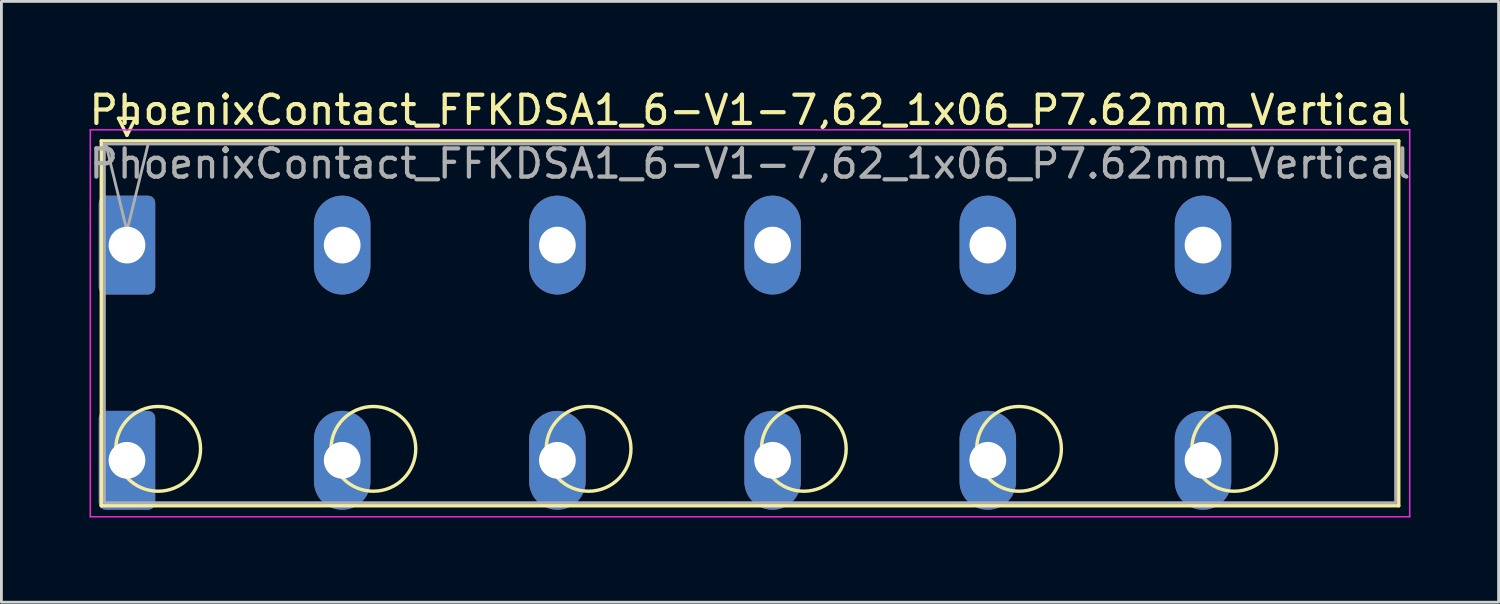
<source format=kicad_pcb>
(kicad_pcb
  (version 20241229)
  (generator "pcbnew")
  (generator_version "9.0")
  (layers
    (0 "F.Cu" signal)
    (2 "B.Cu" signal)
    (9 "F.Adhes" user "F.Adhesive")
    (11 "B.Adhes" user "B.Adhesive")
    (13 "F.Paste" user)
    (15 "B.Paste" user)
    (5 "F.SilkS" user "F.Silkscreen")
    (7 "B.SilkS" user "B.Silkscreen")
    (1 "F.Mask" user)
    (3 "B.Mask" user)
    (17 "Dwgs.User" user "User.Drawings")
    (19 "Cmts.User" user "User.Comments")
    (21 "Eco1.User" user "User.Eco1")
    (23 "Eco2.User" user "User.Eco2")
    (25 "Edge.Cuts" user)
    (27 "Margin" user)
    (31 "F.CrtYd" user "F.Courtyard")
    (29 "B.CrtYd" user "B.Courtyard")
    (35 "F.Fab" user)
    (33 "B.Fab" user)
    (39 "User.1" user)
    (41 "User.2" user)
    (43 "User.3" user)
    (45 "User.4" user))
  (footprint "PhoenixContact_FFKDSA1_6-V1-7,62_1x06_P7.62mm_Vertical"
    (layer "F.Cu")
    (at 1.446 5.628)
    (property "Reference" "PhoenixContact_FFKDSA1_6-V1-7,62_1x06_P7.62mm_Vertical" (at 22.06 -4.78 0) (layer "F.SilkS") (effects (font (size 1 1) (thickness 0.15))))
    (attr through_hole)
    (fp_line (start -0.91 -3.69) (end -0.91 9.23) (stroke (width 0.12) (type solid)) (layer "F.SilkS"))
    (fp_line (start -0.91 9.23) (end 45.03 9.23) (stroke (width 0.12) (type solid)) (layer "F.SilkS"))
    (fp_line (start -0.3 -4.49) (end 0.3 -4.49) (stroke (width 0.12) (type solid)) (layer "F.SilkS"))
    (fp_line (start 0 -3.89) (end -0.3 -4.49) (stroke (width 0.12) (type solid)) (layer "F.SilkS"))
    (fp_line (start 0.3 -4.49) (end 0 -3.89) (stroke (width 0.12) (type solid)) (layer "F.SilkS"))
    (fp_line (start 45.03 -3.69) (end -0.91 -3.69) (stroke (width 0.12) (type solid)) (layer "F.SilkS"))
    (fp_line (start 45.03 9.23) (end 45.03 -3.69) (stroke (width 0.12) (type solid)) (layer "F.SilkS"))
    (fp_circle (center 1.105 7.215) (end 2.605 7.215) (stroke (width 0.12) (type solid)) (fill no) (layer "F.SilkS"))
    (fp_circle (center 8.725 7.215) (end 10.225 7.215) (stroke (width 0.12) (type solid)) (fill no) (layer "F.SilkS"))
    (fp_circle (center 16.345 7.215) (end 17.845 7.215) (stroke (width 0.12) (type solid)) (fill no) (layer "F.SilkS"))
    (fp_circle (center 23.965 7.215) (end 25.465 7.215) (stroke (width 0.12) (type solid)) (fill no) (layer "F.SilkS"))
    (fp_circle (center 31.585 7.215) (end 33.085 7.215) (stroke (width 0.12) (type solid)) (fill no) (layer "F.SilkS"))
    (fp_circle (center 39.205 7.215) (end 40.705 7.215) (stroke (width 0.12) (type solid)) (fill no) (layer "F.SilkS"))
    (fp_line (start -1.3 -4.08) (end -1.3 9.62) (stroke (width 0.05) (type solid)) (layer "F.CrtYd"))
    (fp_line (start -1.3 9.62) (end 45.42 9.62) (stroke (width 0.05) (type solid)) (layer "F.CrtYd"))
    (fp_line (start 45.42 -4.08) (end -1.3 -4.08) (stroke (width 0.05) (type solid)) (layer "F.CrtYd"))
    (fp_line (start 45.42 9.62) (end 45.42 -4.08) (stroke (width 0.05) (type solid)) (layer "F.CrtYd"))
    (fp_line (start -0.8 -3.58) (end -0.8 9.12) (stroke (width 0.1) (type solid)) (layer "F.Fab"))
    (fp_line (start -0.8 9.12) (end 44.92 9.12) (stroke (width 0.1) (type solid)) (layer "F.Fab"))
    (fp_line (start 0 -0.5) (end -0.75 -3.58) (stroke (width 0.1) (type solid)) (layer "F.Fab"))
    (fp_line (start 0.75 -3.58) (end 0 -0.5) (stroke (width 0.1) (type solid)) (layer "F.Fab"))
    (fp_line (start 44.92 -3.58) (end -0.8 -3.58) (stroke (width 0.1) (type solid)) (layer "F.Fab"))
    (fp_line (start 44.92 9.12) (end 44.92 -3.58) (stroke (width 0.1) (type solid)) (layer "F.Fab"))
    (fp_text user "${REFERENCE}" (at 22.06 -2.88 0) (layer "F.Fab") (effects (font (size 1 1) (thickness 0.15))))
    (pad "1" thru_hole roundrect (at 0 0) (size 2 3.5) (drill 1.3) (layers "*.Cu" "*.Mask") (roundrect_rratio 0.125))
    (pad "1" thru_hole roundrect (at 0 7.62) (size 2 3.5) (drill 1.3) (layers "*.Cu" "*.Mask") (roundrect_rratio 0.125))
    (pad "2" thru_hole oval (at 7.62 0) (size 2 3.5) (drill 1.3) (layers "*.Cu" "*.Mask"))
    (pad "2" thru_hole oval (at 7.62 7.62) (size 2 3.5) (drill 1.3) (layers "*.Cu" "*.Mask"))
    (pad "3" thru_hole oval (at 15.24 0) (size 2 3.5) (drill 1.3) (layers "*.Cu" "*.Mask"))
    (pad "3" thru_hole oval (at 15.24 7.62) (size 2 3.5) (drill 1.3) (layers "*.Cu" "*.Mask"))
    (pad "4" thru_hole oval (at 22.86 0) (size 2 3.5) (drill 1.3) (layers "*.Cu" "*.Mask"))
    (pad "4" thru_hole oval (at 22.86 7.62) (size 2 3.5) (drill 1.3) (layers "*.Cu" "*.Mask"))
    (pad "5" thru_hole oval (at 30.48 0) (size 2 3.5) (drill 1.3) (layers "*.Cu" "*.Mask"))
    (pad "5" thru_hole oval (at 30.48 7.62) (size 2 3.5) (drill 1.3) (layers "*.Cu" "*.Mask"))
    (pad "6" thru_hole oval (at 38.1 0) (size 2 3.5) (drill 1.3) (layers "*.Cu" "*.Mask"))
    (pad "6" thru_hole oval (at 38.1 7.62) (size 2 3.5) (drill 1.3) (layers "*.Cu" "*.Mask")))
  (gr_rect
    (start -3 -3)
    (end 50.012 18.273)
    (stroke (width 0.1) (type default))
    (fill no)
    (layer "Edge.Cuts")))
</source>
